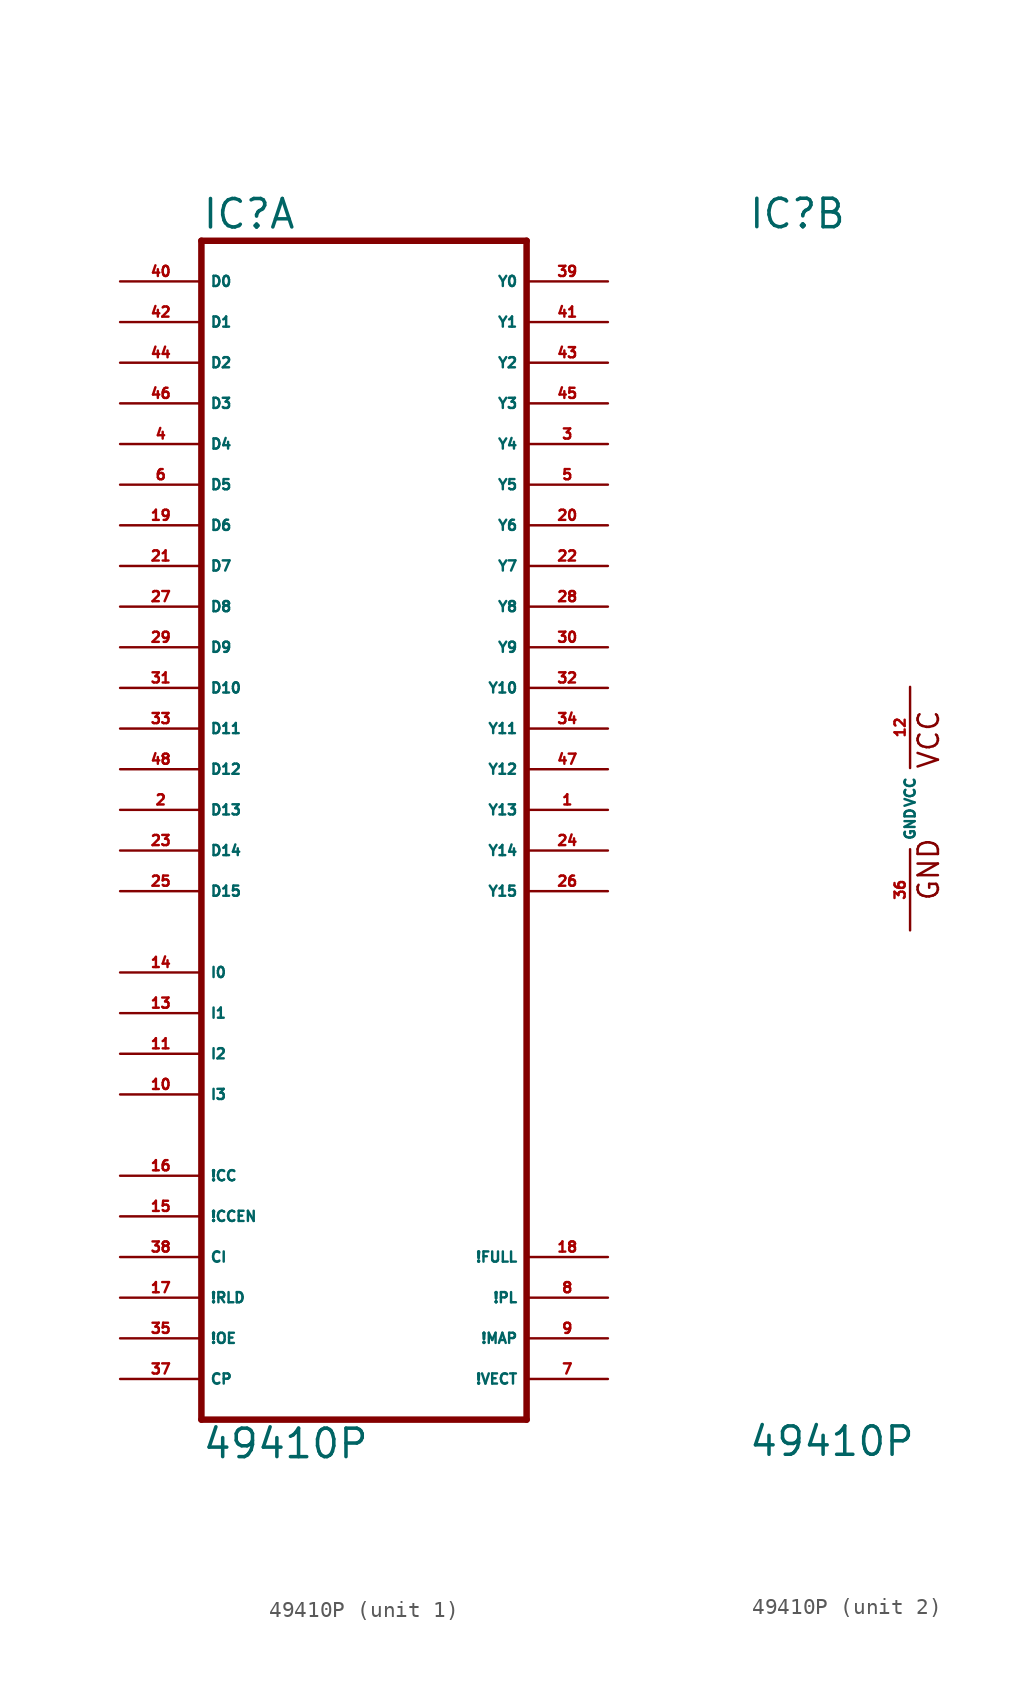
<source format=kicad_sym>
(kicad_symbol_lib
  (version 20220914)
  (generator Eagle2Kicad)
  (symbol "49410P"
    (property "Reference" "IC"
      (at -10.16 36.195 0)
      (effects (font (size 1.778 1.778) (thickness 0.22)) (justify left bottom)))
    (property "Value" "49410P"
      (at -10.16 -40.64 0)
      (effects (font (size 1.778 1.778) (thickness 0.22)) (justify left bottom)))
    (symbol "49410P_1_0"
      (polyline (pts (xy -10.16 -38.1) (xy 10.16 -38.1)) (stroke (width 0.406) (type default)) (fill (type none)))
      (polyline (pts (xy 10.16 -38.1) (xy 10.16 35.56)) (stroke (width 0.406) (type default)) (fill (type none)))
      (polyline (pts (xy 10.16 35.56) (xy -10.16 35.56)) (stroke (width 0.406) (type default)) (fill (type none)))
      (polyline (pts (xy -10.16 35.56) (xy -10.16 -38.1)) (stroke (width 0.406) (type default)) (fill (type none)))
      (pin input line (at -15.24 33.02 0) (length 5.08) (name "D0" (effects (font (size 0.635 0.635) (thickness 0.08)) (justify left bottom))) (number "40" (effects (font (size 0.635 0.635) (thickness 0.08)) (justify left bottom))))
      (pin input line (at -15.24 30.48 0) (length 5.08) (name "D1" (effects (font (size 0.635 0.635) (thickness 0.08)) (justify left bottom))) (number "42" (effects (font (size 0.635 0.635) (thickness 0.08)) (justify left bottom))))
      (pin input line (at -15.24 27.94 0) (length 5.08) (name "D2" (effects (font (size 0.635 0.635) (thickness 0.08)) (justify left bottom))) (number "44" (effects (font (size 0.635 0.635) (thickness 0.08)) (justify left bottom))))
      (pin input line (at -15.24 25.4 0) (length 5.08) (name "D3" (effects (font (size 0.635 0.635) (thickness 0.08)) (justify left bottom))) (number "46" (effects (font (size 0.635 0.635) (thickness 0.08)) (justify left bottom))))
      (pin input line (at -15.24 22.86 0) (length 5.08) (name "D4" (effects (font (size 0.635 0.635) (thickness 0.08)) (justify left bottom))) (number "4" (effects (font (size 0.635 0.635) (thickness 0.08)) (justify left bottom))))
      (pin input line (at -15.24 20.32 0) (length 5.08) (name "D5" (effects (font (size 0.635 0.635) (thickness 0.08)) (justify left bottom))) (number "6" (effects (font (size 0.635 0.635) (thickness 0.08)) (justify left bottom))))
      (pin input line (at -15.24 17.78 0) (length 5.08) (name "D6" (effects (font (size 0.635 0.635) (thickness 0.08)) (justify left bottom))) (number "19" (effects (font (size 0.635 0.635) (thickness 0.08)) (justify left bottom))))
      (pin input line (at -15.24 15.24 0) (length 5.08) (name "D7" (effects (font (size 0.635 0.635) (thickness 0.08)) (justify left bottom))) (number "21" (effects (font (size 0.635 0.635) (thickness 0.08)) (justify left bottom))))
      (pin input line (at -15.24 12.7 0) (length 5.08) (name "D8" (effects (font (size 0.635 0.635) (thickness 0.08)) (justify left bottom))) (number "27" (effects (font (size 0.635 0.635) (thickness 0.08)) (justify left bottom))))
      (pin input line (at -15.24 10.16 0) (length 5.08) (name "D9" (effects (font (size 0.635 0.635) (thickness 0.08)) (justify left bottom))) (number "29" (effects (font (size 0.635 0.635) (thickness 0.08)) (justify left bottom))))
      (pin input line (at -15.24 7.62 0) (length 5.08) (name "D10" (effects (font (size 0.635 0.635) (thickness 0.08)) (justify left bottom))) (number "31" (effects (font (size 0.635 0.635) (thickness 0.08)) (justify left bottom))))
      (pin input line (at -15.24 5.08 0) (length 5.08) (name "D11" (effects (font (size 0.635 0.635) (thickness 0.08)) (justify left bottom))) (number "33" (effects (font (size 0.635 0.635) (thickness 0.08)) (justify left bottom))))
      (pin input line (at -15.24 2.54 0) (length 5.08) (name "D12" (effects (font (size 0.635 0.635) (thickness 0.08)) (justify left bottom))) (number "48" (effects (font (size 0.635 0.635) (thickness 0.08)) (justify left bottom))))
      (pin input line (at -15.24 0 0) (length 5.08) (name "D13" (effects (font (size 0.635 0.635) (thickness 0.08)) (justify left bottom))) (number "2" (effects (font (size 0.635 0.635) (thickness 0.08)) (justify left bottom))))
      (pin input line (at -15.24 -2.54 0) (length 5.08) (name "D14" (effects (font (size 0.635 0.635) (thickness 0.08)) (justify left bottom))) (number "23" (effects (font (size 0.635 0.635) (thickness 0.08)) (justify left bottom))))
      (pin input line (at -15.24 -5.08 0) (length 5.08) (name "D15" (effects (font (size 0.635 0.635) (thickness 0.08)) (justify left bottom))) (number "25" (effects (font (size 0.635 0.635) (thickness 0.08)) (justify left bottom))))
      (pin input line (at -15.24 -10.16 0) (length 5.08) (name "I0" (effects (font (size 0.635 0.635) (thickness 0.08)) (justify left bottom))) (number "14" (effects (font (size 0.635 0.635) (thickness 0.08)) (justify left bottom))))
      (pin input line (at -15.24 -12.7 0) (length 5.08) (name "I1" (effects (font (size 0.635 0.635) (thickness 0.08)) (justify left bottom))) (number "13" (effects (font (size 0.635 0.635) (thickness 0.08)) (justify left bottom))))
      (pin input line (at -15.24 -15.24 0) (length 5.08) (name "I2" (effects (font (size 0.635 0.635) (thickness 0.08)) (justify left bottom))) (number "11" (effects (font (size 0.635 0.635) (thickness 0.08)) (justify left bottom))))
      (pin input line (at -15.24 -17.78 0) (length 5.08) (name "I3" (effects (font (size 0.635 0.635) (thickness 0.08)) (justify left bottom))) (number "10" (effects (font (size 0.635 0.635) (thickness 0.08)) (justify left bottom))))
      (pin input line (at -15.24 -22.86 0) (length 5.08) (name "!CC" (effects (font (size 0.635 0.635) (thickness 0.08)) (justify left bottom))) (number "16" (effects (font (size 0.635 0.635) (thickness 0.08)) (justify left bottom))))
      (pin input line (at -15.24 -25.4 0) (length 5.08) (name "!CCEN" (effects (font (size 0.635 0.635) (thickness 0.08)) (justify left bottom))) (number "15" (effects (font (size 0.635 0.635) (thickness 0.08)) (justify left bottom))))
      (pin input line (at -15.24 -27.94 0) (length 5.08) (name "CI" (effects (font (size 0.635 0.635) (thickness 0.08)) (justify left bottom))) (number "38" (effects (font (size 0.635 0.635) (thickness 0.08)) (justify left bottom))))
      (pin input line (at -15.24 -30.48 0) (length 5.08) (name "!RLD" (effects (font (size 0.635 0.635) (thickness 0.08)) (justify left bottom))) (number "17" (effects (font (size 0.635 0.635) (thickness 0.08)) (justify left bottom))))
      (pin input line (at -15.24 -33.02 0) (length 5.08) (name "!OE" (effects (font (size 0.635 0.635) (thickness 0.08)) (justify left bottom))) (number "35" (effects (font (size 0.635 0.635) (thickness 0.08)) (justify left bottom))))
      (pin input line (at -15.24 -35.56 0) (length 5.08) (name "CP" (effects (font (size 0.635 0.635) (thickness 0.08)) (justify left bottom))) (number "37" (effects (font (size 0.635 0.635) (thickness 0.08)) (justify left bottom))))
      (pin output line (at 15.24 33.02 180) (length 5.08) (name "Y0" (effects (font (size 0.635 0.635) (thickness 0.08)) (justify left bottom))) (number "39" (effects (font (size 0.635 0.635) (thickness 0.08)) (justify left bottom))))
      (pin output line (at 15.24 30.48 180) (length 5.08) (name "Y1" (effects (font (size 0.635 0.635) (thickness 0.08)) (justify left bottom))) (number "41" (effects (font (size 0.635 0.635) (thickness 0.08)) (justify left bottom))))
      (pin output line (at 15.24 27.94 180) (length 5.08) (name "Y2" (effects (font (size 0.635 0.635) (thickness 0.08)) (justify left bottom))) (number "43" (effects (font (size 0.635 0.635) (thickness 0.08)) (justify left bottom))))
      (pin output line (at 15.24 25.4 180) (length 5.08) (name "Y3" (effects (font (size 0.635 0.635) (thickness 0.08)) (justify left bottom))) (number "45" (effects (font (size 0.635 0.635) (thickness 0.08)) (justify left bottom))))
      (pin output line (at 15.24 22.86 180) (length 5.08) (name "Y4" (effects (font (size 0.635 0.635) (thickness 0.08)) (justify left bottom))) (number "3" (effects (font (size 0.635 0.635) (thickness 0.08)) (justify left bottom))))
      (pin output line (at 15.24 20.32 180) (length 5.08) (name "Y5" (effects (font (size 0.635 0.635) (thickness 0.08)) (justify left bottom))) (number "5" (effects (font (size 0.635 0.635) (thickness 0.08)) (justify left bottom))))
      (pin output line (at 15.24 17.78 180) (length 5.08) (name "Y6" (effects (font (size 0.635 0.635) (thickness 0.08)) (justify left bottom))) (number "20" (effects (font (size 0.635 0.635) (thickness 0.08)) (justify left bottom))))
      (pin output line (at 15.24 15.24 180) (length 5.08) (name "Y7" (effects (font (size 0.635 0.635) (thickness 0.08)) (justify left bottom))) (number "22" (effects (font (size 0.635 0.635) (thickness 0.08)) (justify left bottom))))
      (pin output line (at 15.24 12.7 180) (length 5.08) (name "Y8" (effects (font (size 0.635 0.635) (thickness 0.08)) (justify left bottom))) (number "28" (effects (font (size 0.635 0.635) (thickness 0.08)) (justify left bottom))))
      (pin output line (at 15.24 10.16 180) (length 5.08) (name "Y9" (effects (font (size 0.635 0.635) (thickness 0.08)) (justify left bottom))) (number "30" (effects (font (size 0.635 0.635) (thickness 0.08)) (justify left bottom))))
      (pin output line (at 15.24 7.62 180) (length 5.08) (name "Y10" (effects (font (size 0.635 0.635) (thickness 0.08)) (justify left bottom))) (number "32" (effects (font (size 0.635 0.635) (thickness 0.08)) (justify left bottom))))
      (pin output line (at 15.24 5.08 180) (length 5.08) (name "Y11" (effects (font (size 0.635 0.635) (thickness 0.08)) (justify left bottom))) (number "34" (effects (font (size 0.635 0.635) (thickness 0.08)) (justify left bottom))))
      (pin output line (at 15.24 2.54 180) (length 5.08) (name "Y12" (effects (font (size 0.635 0.635) (thickness 0.08)) (justify left bottom))) (number "47" (effects (font (size 0.635 0.635) (thickness 0.08)) (justify left bottom))))
      (pin output line (at 15.24 0 180) (length 5.08) (name "Y13" (effects (font (size 0.635 0.635) (thickness 0.08)) (justify left bottom))) (number "1" (effects (font (size 0.635 0.635) (thickness 0.08)) (justify left bottom))))
      (pin output line (at 15.24 -2.54 180) (length 5.08) (name "Y14" (effects (font (size 0.635 0.635) (thickness 0.08)) (justify left bottom))) (number "24" (effects (font (size 0.635 0.635) (thickness 0.08)) (justify left bottom))))
      (pin output line (at 15.24 -5.08 180) (length 5.08) (name "Y15" (effects (font (size 0.635 0.635) (thickness 0.08)) (justify left bottom))) (number "26" (effects (font (size 0.635 0.635) (thickness 0.08)) (justify left bottom))))
      (pin output line (at 15.24 -27.94 180) (length 5.08) (name "!FULL" (effects (font (size 0.635 0.635) (thickness 0.08)) (justify left bottom))) (number "18" (effects (font (size 0.635 0.635) (thickness 0.08)) (justify left bottom))))
      (pin output line (at 15.24 -30.48 180) (length 5.08) (name "!PL" (effects (font (size 0.635 0.635) (thickness 0.08)) (justify left bottom))) (number "8" (effects (font (size 0.635 0.635) (thickness 0.08)) (justify left bottom))))
      (pin output line (at 15.24 -33.02 180) (length 5.08) (name "!MAP" (effects (font (size 0.635 0.635) (thickness 0.08)) (justify left bottom))) (number "9" (effects (font (size 0.635 0.635) (thickness 0.08)) (justify left bottom))))
      (pin output line (at 15.24 -35.56 180) (length 5.08) (name "!VECT" (effects (font (size 0.635 0.635) (thickness 0.08)) (justify left bottom))) (number "7" (effects (font (size 0.635 0.635) (thickness 0.08)) (justify left bottom)))))
    (symbol "49410P_2_0"
      (text "GND" (at 1.905 -5.842 900) (effects (font (size 1.27 1.27) (thickness 0.16)) (justify left bottom)))
      (text "VCC" (at 1.905 2.413 900) (effects (font (size 1.27 1.27) (thickness 0.16)) (justify left bottom)))
      (pin unspecified line (at 0 7.62 270) (length 5.08) (name "VCC" (effects (font (size 0.635 0.635) (thickness 0.08)) (justify left bottom))) (number "12" (effects (font (size 0.635 0.635) (thickness 0.08)) (justify left bottom))))
      (pin unspecified line (at 0 -7.62 90) (length 5.08) (name "GND" (effects (font (size 0.635 0.635) (thickness 0.08)) (justify left bottom))) (number "36" (effects (font (size 0.635 0.635) (thickness 0.08)) (justify left bottom)))))))
</source>
